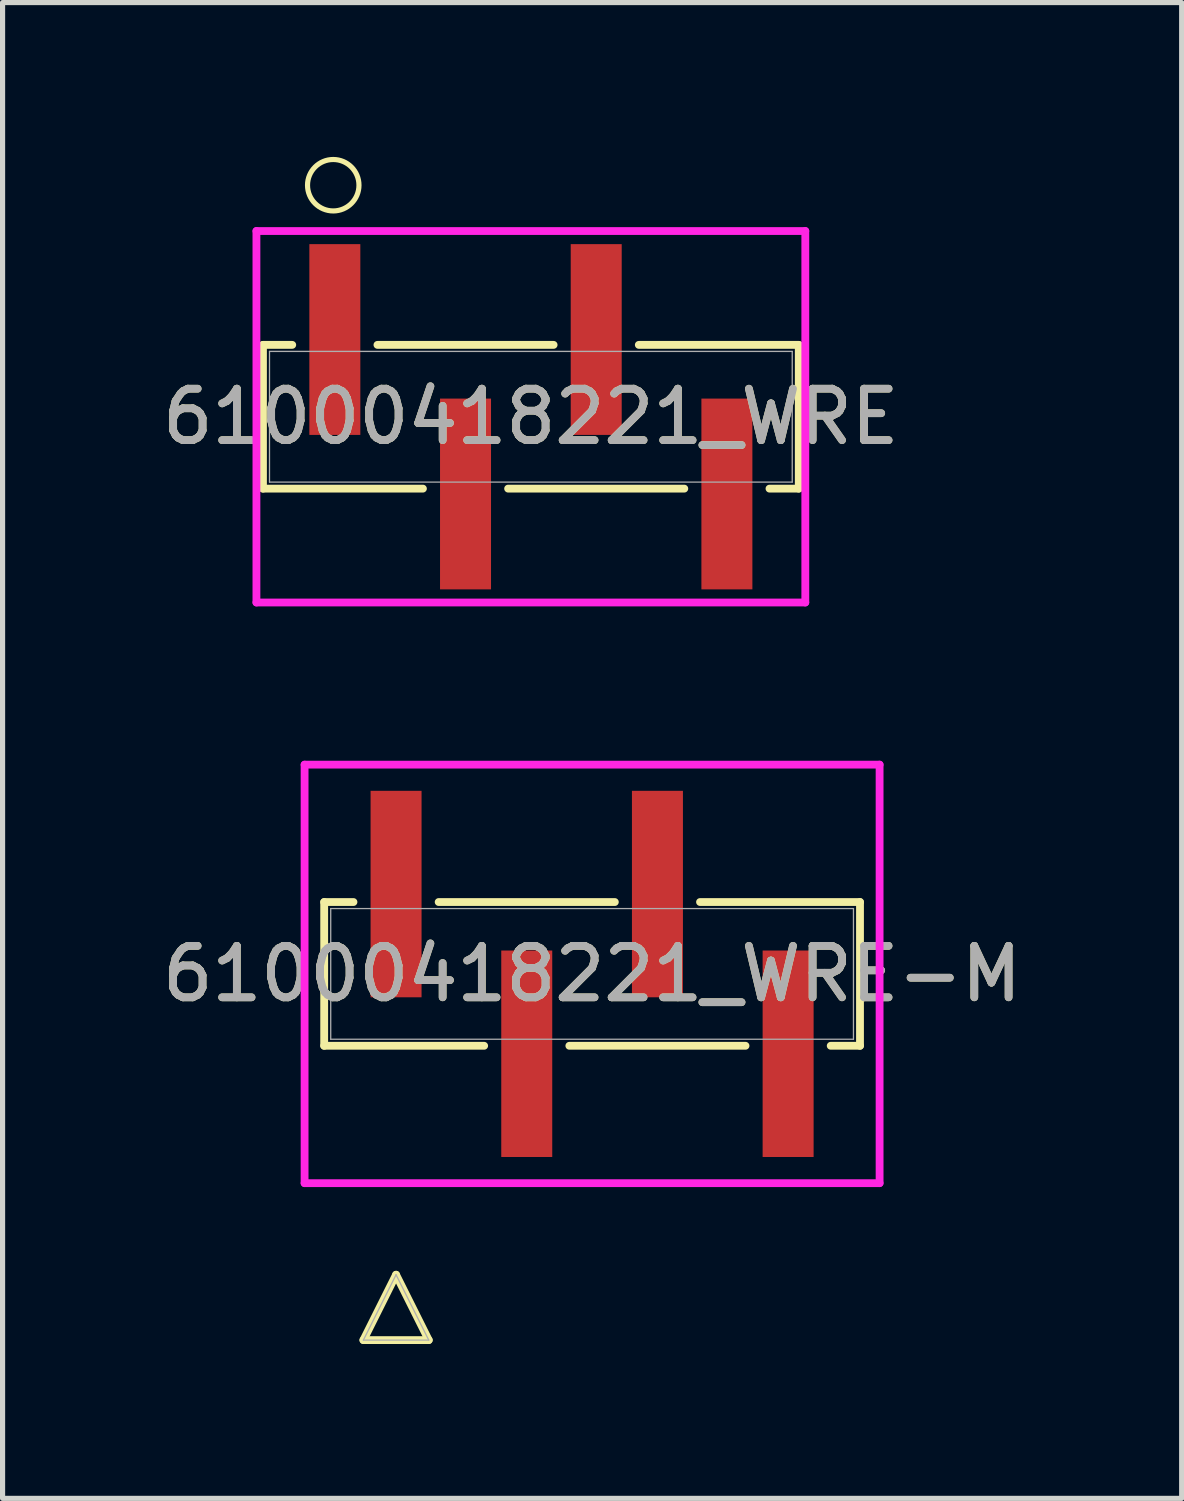
<source format=kicad_pcb>
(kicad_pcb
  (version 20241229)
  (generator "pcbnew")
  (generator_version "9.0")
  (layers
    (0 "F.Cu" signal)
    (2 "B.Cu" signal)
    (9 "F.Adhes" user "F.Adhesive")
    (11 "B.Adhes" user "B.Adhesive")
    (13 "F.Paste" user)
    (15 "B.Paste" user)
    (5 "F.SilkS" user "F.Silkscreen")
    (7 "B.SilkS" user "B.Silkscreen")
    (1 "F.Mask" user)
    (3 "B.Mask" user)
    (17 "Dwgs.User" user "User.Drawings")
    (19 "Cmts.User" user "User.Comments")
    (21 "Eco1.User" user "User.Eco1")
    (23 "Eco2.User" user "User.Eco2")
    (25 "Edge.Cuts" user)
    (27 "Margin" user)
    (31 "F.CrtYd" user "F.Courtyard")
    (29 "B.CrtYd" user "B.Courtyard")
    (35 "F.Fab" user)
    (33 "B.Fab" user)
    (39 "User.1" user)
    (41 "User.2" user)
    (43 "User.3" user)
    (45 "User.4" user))
  (footprint "61000418221_WRE-M"
    (layer "F.Cu")
    (at 8.458 15.879)
    (property "Reference" "61000418221_WRE-M" (at 0 0 0) (unlocked yes) (layer "F.SilkS") (effects (font (size 1 1) (thickness 0.15))))
    (attr smd)
    (fp_line (start -5.207 -1.397) (end -5.207 1.397) (stroke (width 0.152) (type solid)) (layer "F.SilkS"))
    (fp_line (start -5.207 1.397) (end -2.098 1.397) (stroke (width 0.152) (type solid)) (layer "F.SilkS"))
    (fp_line (start -4.638 -1.397) (end -5.207 -1.397) (stroke (width 0.152) (type solid)) (layer "F.SilkS"))
    (fp_line (start -4.445 7.117) (end -3.175 7.117) (stroke (width 0.152) (type solid)) (layer "F.SilkS"))
    (fp_line (start -3.81 5.847) (end -4.445 7.117) (stroke (width 0.152) (type solid)) (layer "F.SilkS"))
    (fp_line (start -3.175 7.117) (end -3.81 5.847) (stroke (width 0.152) (type solid)) (layer "F.SilkS"))
    (fp_line (start -0.442 1.397) (end 2.982 1.397) (stroke (width 0.152) (type solid)) (layer "F.SilkS"))
    (fp_line (start 0.442 -1.397) (end -2.982 -1.397) (stroke (width 0.152) (type solid)) (layer "F.SilkS"))
    (fp_line (start 4.638 1.397) (end 5.207 1.397) (stroke (width 0.152) (type solid)) (layer "F.SilkS"))
    (fp_line (start 5.207 -1.397) (end 2.098 -1.397) (stroke (width 0.152) (type solid)) (layer "F.SilkS"))
    (fp_line (start 5.207 1.397) (end 5.207 -1.397) (stroke (width 0.152) (type solid)) (layer "F.SilkS"))
    (fp_line (start -5.588 -4.067) (end -5.588 4.067) (stroke (width 0.152) (type solid)) (layer "F.CrtYd"))
    (fp_line (start -5.588 4.067) (end 5.588 4.067) (stroke (width 0.152) (type solid)) (layer "F.CrtYd"))
    (fp_line (start 5.588 -4.067) (end -5.588 -4.067) (stroke (width 0.152) (type solid)) (layer "F.CrtYd"))
    (fp_line (start 5.588 4.067) (end 5.588 -4.067) (stroke (width 0.152) (type solid)) (layer "F.CrtYd"))
    (fp_line (start -5.08 -1.27) (end -5.08 1.27) (stroke (width 0.025) (type solid)) (layer "F.Fab"))
    (fp_line (start -5.08 1.27) (end 5.08 1.27) (stroke (width 0.025) (type solid)) (layer "F.Fab"))
    (fp_line (start -4.445 7.117) (end -3.175 7.117) (stroke (width 0.025) (type solid)) (layer "F.Fab"))
    (fp_line (start -3.81 5.847) (end -4.445 7.117) (stroke (width 0.025) (type solid)) (layer "F.Fab"))
    (fp_line (start -3.175 7.117) (end -3.81 5.847) (stroke (width 0.025) (type solid)) (layer "F.Fab"))
    (fp_line (start 5.08 -1.27) (end -5.08 -1.27) (stroke (width 0.025) (type solid)) (layer "F.Fab"))
    (fp_line (start 5.08 1.27) (end 5.08 -1.27) (stroke (width 0.025) (type solid)) (layer "F.Fab"))
    (fp_text user "${REFERENCE}" (at 0 0 0) (unlocked yes) (layer "F.Fab") (effects (font (size 1 1) (thickness 0.15))))
    (pad "1" smd rect (at -3.81 -1.552) (size 0.991 4.013) (layers "F.Cu" "F.Mask" "F.Paste"))
    (pad "2" smd rect (at -1.27 1.552) (size 0.991 4.013) (layers "F.Cu" "F.Mask" "F.Paste"))
    (pad "3" smd rect (at 1.27 -1.552) (size 0.991 4.013) (layers "F.Cu" "F.Mask" "F.Paste"))
    (pad "4" smd rect (at 3.81 1.552) (size 0.991 4.013) (layers "F.Cu" "F.Mask" "F.Paste")))
  (footprint "61000418221_WRE"
    (layer "F.Cu")
    (at 7.268 5.05)
    (property "Reference" "61000418221_WRE" (at 0 0 0) (unlocked yes) (layer "F.SilkS") (effects (font (size 1 1) (thickness 0.15))))
    (attr smd)
    (fp_line (start -5.207 -1.397) (end -5.207 1.397) (stroke (width 0.152) (type solid)) (layer "F.SilkS"))
    (fp_line (start -5.207 1.397) (end -2.098 1.397) (stroke (width 0.152) (type solid)) (layer "F.SilkS"))
    (fp_line (start -4.638 -1.397) (end -5.207 -1.397) (stroke (width 0.152) (type solid)) (layer "F.SilkS"))
    (fp_line (start -0.442 1.397) (end 2.982 1.397) (stroke (width 0.152) (type solid)) (layer "F.SilkS"))
    (fp_line (start 0.442 -1.397) (end -2.982 -1.397) (stroke (width 0.152) (type solid)) (layer "F.SilkS"))
    (fp_line (start 4.638 1.397) (end 5.207 1.397) (stroke (width 0.152) (type solid)) (layer "F.SilkS"))
    (fp_line (start 5.207 -1.397) (end 2.098 -1.397) (stroke (width 0.152) (type solid)) (layer "F.SilkS"))
    (fp_line (start 5.207 1.397) (end 5.207 -1.397) (stroke (width 0.152) (type solid)) (layer "F.SilkS"))
    (fp_circle (center -3.841 -4.5) (end -3.841 -5) (stroke (width 0.1) (type default)) (fill no) (layer "F.SilkS"))
    (fp_line (start -5.334 -3.61) (end -5.334 3.61) (stroke (width 0.152) (type solid)) (layer "F.CrtYd"))
    (fp_line (start -5.334 3.61) (end 5.334 3.61) (stroke (width 0.152) (type solid)) (layer "F.CrtYd"))
    (fp_line (start 5.334 -3.61) (end -5.334 -3.61) (stroke (width 0.152) (type solid)) (layer "F.CrtYd"))
    (fp_line (start 5.334 3.61) (end 5.334 -3.61) (stroke (width 0.152) (type solid)) (layer "F.CrtYd"))
    (fp_line (start -5.08 -1.27) (end -5.08 1.27) (stroke (width 0.025) (type solid)) (layer "F.Fab"))
    (fp_line (start -5.08 1.27) (end 5.08 1.27) (stroke (width 0.025) (type solid)) (layer "F.Fab"))
    (fp_line (start 5.08 -1.27) (end -5.08 -1.27) (stroke (width 0.025) (type solid)) (layer "F.Fab"))
    (fp_line (start 5.08 1.27) (end 5.08 -1.27) (stroke (width 0.025) (type solid)) (layer "F.Fab"))
    (fp_text user "${REFERENCE}" (at 0 0 0) (unlocked yes) (layer "F.Fab") (effects (font (size 1 1) (thickness 0.15))))
    (pad "1" smd rect (at -3.81 -1.501) (size 0.991 3.708) (layers "F.Cu" "F.Mask" "F.Paste"))
    (pad "2" smd rect (at -1.27 1.501) (size 0.991 3.708) (layers "F.Cu" "F.Mask" "F.Paste"))
    (pad "3" smd rect (at 1.27 -1.501) (size 0.991 3.708) (layers "F.Cu" "F.Mask" "F.Paste"))
    (pad "4" smd rect (at 3.81 1.501) (size 0.991 3.708) (layers "F.Cu" "F.Mask" "F.Paste")))
  (gr_rect
    (start -3 -3)
    (end 19.917 26.072)
    (stroke (width 0.1) (type default))
    (fill no)
    (layer "Edge.Cuts")))
</source>
